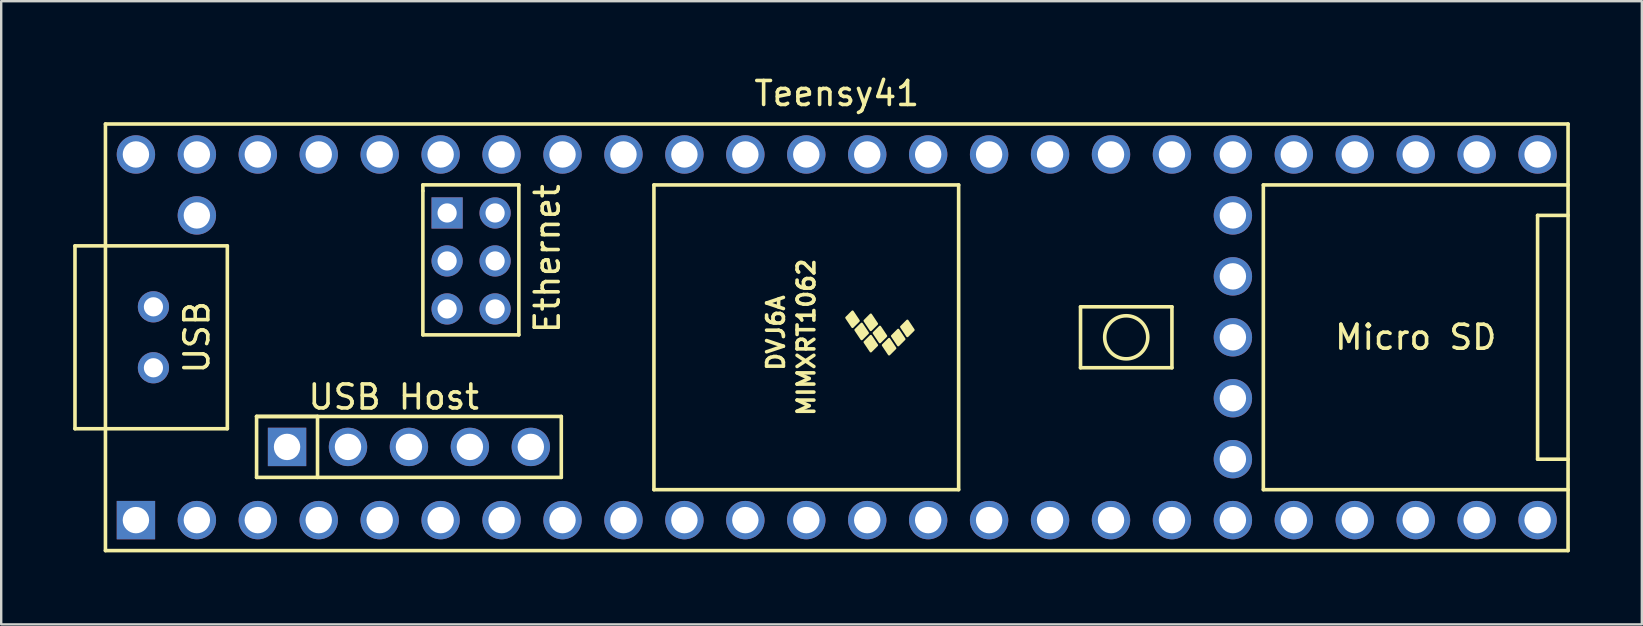
<source format=kicad_pcb>
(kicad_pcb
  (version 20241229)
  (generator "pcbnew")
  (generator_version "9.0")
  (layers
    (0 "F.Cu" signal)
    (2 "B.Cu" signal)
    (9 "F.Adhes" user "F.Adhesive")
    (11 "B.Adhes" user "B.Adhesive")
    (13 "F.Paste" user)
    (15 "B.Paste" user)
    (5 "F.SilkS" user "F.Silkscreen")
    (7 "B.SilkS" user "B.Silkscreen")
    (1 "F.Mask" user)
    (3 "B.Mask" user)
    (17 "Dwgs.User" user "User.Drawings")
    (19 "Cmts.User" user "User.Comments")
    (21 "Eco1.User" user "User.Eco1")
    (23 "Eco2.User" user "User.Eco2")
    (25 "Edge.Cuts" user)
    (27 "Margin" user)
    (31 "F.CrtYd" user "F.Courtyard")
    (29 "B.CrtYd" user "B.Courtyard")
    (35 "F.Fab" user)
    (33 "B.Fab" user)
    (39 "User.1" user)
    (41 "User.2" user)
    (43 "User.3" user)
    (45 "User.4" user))
  (footprint "Teensy41"
    (layer "F.Cu")
    (at 31.825 11.008)
    (property "Reference" "Teensy41" (at 0 -10.16 0) (layer "F.SilkS") (effects (font (size 1 1) (thickness 0.15))))
    (attr through_hole)
    (fp_line (start -31.75 -3.81) (end -30.48 -3.81) (stroke (width 0.15) (type solid)) (layer "F.SilkS"))
    (fp_line (start -31.75 3.81) (end -31.75 -3.81) (stroke (width 0.15) (type solid)) (layer "F.SilkS"))
    (fp_line (start -30.48 -8.89) (end 30.48 -8.89) (stroke (width 0.15) (type solid)) (layer "F.SilkS"))
    (fp_line (start -30.48 3.81) (end -31.75 3.81) (stroke (width 0.15) (type solid)) (layer "F.SilkS"))
    (fp_line (start -30.48 8.89) (end -30.48 -8.89) (stroke (width 0.15) (type solid)) (layer "F.SilkS"))
    (fp_line (start -25.4 -3.81) (end -30.48 -3.81) (stroke (width 0.15) (type solid)) (layer "F.SilkS"))
    (fp_line (start -25.4 3.81) (end -30.48 3.81) (stroke (width 0.15) (type solid)) (layer "F.SilkS"))
    (fp_line (start -25.4 3.81) (end -25.4 -3.81) (stroke (width 0.15) (type solid)) (layer "F.SilkS"))
    (fp_line (start -24.181 3.299) (end -21.641 3.299) (stroke (width 0.15) (type solid)) (layer "F.SilkS"))
    (fp_line (start -24.181 3.299) (end -11.481 3.299) (stroke (width 0.15) (type solid)) (layer "F.SilkS"))
    (fp_line (start -24.181 5.839) (end -24.181 3.299) (stroke (width 0.15) (type solid)) (layer "F.SilkS"))
    (fp_line (start -21.641 3.299) (end -21.641 5.839) (stroke (width 0.15) (type solid)) (layer "F.SilkS"))
    (fp_line (start -17.25 -6.352) (end -17.25 -6.102) (stroke (width 0.15) (type solid)) (layer "F.SilkS"))
    (fp_line (start -17.25 -6.102) (end -17.25 -0.102) (stroke (width 0.15) (type solid)) (layer "F.SilkS"))
    (fp_line (start -17.25 -0.102) (end -13.25 -0.102) (stroke (width 0.15) (type solid)) (layer "F.SilkS"))
    (fp_line (start -13.25 -6.352) (end -17.25 -6.352) (stroke (width 0.15) (type solid)) (layer "F.SilkS"))
    (fp_line (start -13.25 -0.102) (end -13.25 -6.352) (stroke (width 0.15) (type solid)) (layer "F.SilkS"))
    (fp_line (start -11.481 3.299) (end -11.481 5.839) (stroke (width 0.15) (type solid)) (layer "F.SilkS"))
    (fp_line (start -11.481 5.839) (end -24.181 5.839) (stroke (width 0.15) (type solid)) (layer "F.SilkS"))
    (fp_line (start -7.62 -6.35) (end -7.62 6.35) (stroke (width 0.15) (type solid)) (layer "F.SilkS"))
    (fp_line (start -7.62 6.35) (end 5.08 6.35) (stroke (width 0.15) (type solid)) (layer "F.SilkS"))
    (fp_line (start 5.08 -6.35) (end -7.62 -6.35) (stroke (width 0.15) (type solid)) (layer "F.SilkS"))
    (fp_line (start 5.08 6.35) (end 5.08 -6.35) (stroke (width 0.15) (type solid)) (layer "F.SilkS"))
    (fp_line (start 10.16 -1.27) (end 13.97 -1.27) (stroke (width 0.15) (type solid)) (layer "F.SilkS"))
    (fp_line (start 10.16 1.27) (end 10.16 -1.27) (stroke (width 0.15) (type solid)) (layer "F.SilkS"))
    (fp_line (start 13.97 -1.27) (end 13.97 1.27) (stroke (width 0.15) (type solid)) (layer "F.SilkS"))
    (fp_line (start 13.97 1.27) (end 10.16 1.27) (stroke (width 0.15) (type solid)) (layer "F.SilkS"))
    (fp_line (start 17.78 -6.35) (end 17.78 6.35) (stroke (width 0.15) (type solid)) (layer "F.SilkS"))
    (fp_line (start 17.78 6.35) (end 30.48 6.35) (stroke (width 0.15) (type solid)) (layer "F.SilkS"))
    (fp_line (start 29.21 -5.08) (end 29.21 5.08) (stroke (width 0.15) (type solid)) (layer "F.SilkS"))
    (fp_line (start 29.21 5.08) (end 30.48 5.08) (stroke (width 0.15) (type solid)) (layer "F.SilkS"))
    (fp_line (start 30.48 -8.89) (end 30.48 8.89) (stroke (width 0.15) (type solid)) (layer "F.SilkS"))
    (fp_line (start 30.48 -6.35) (end 17.78 -6.35) (stroke (width 0.15) (type solid)) (layer "F.SilkS"))
    (fp_line (start 30.48 -5.08) (end 29.21 -5.08) (stroke (width 0.15) (type solid)) (layer "F.SilkS"))
    (fp_line (start 30.48 8.89) (end -30.48 8.89) (stroke (width 0.15) (type solid)) (layer "F.SilkS"))
    (fp_circle (center 12.065 0) (end 12.7 -0.635) (stroke (width 0.15) (type solid)) (fill no) (layer "F.SilkS"))
    (fp_poly (pts (xy 0.911 -0.688) (xy 0.657 -0.434) (xy 0.403 -0.815) (xy 0.657 -1.069)) (stroke (width 0.1) (type solid)) (fill yes) (layer "F.SilkS"))
    (fp_poly (pts (xy 1.292 -0.18) (xy 1.038 0.074) (xy 0.784 -0.307) (xy 1.038 -0.561)) (stroke (width 0.1) (type solid)) (fill yes) (layer "F.SilkS"))
    (fp_poly (pts (xy 1.673 -0.561) (xy 1.419 -0.307) (xy 1.165 -0.688) (xy 1.419 -0.942)) (stroke (width 0.1) (type solid)) (fill yes) (layer "F.SilkS"))
    (fp_poly (pts (xy 1.673 0.328) (xy 1.419 0.582) (xy 1.165 0.201) (xy 1.419 -0.053)) (stroke (width 0.1) (type solid)) (fill yes) (layer "F.SilkS"))
    (fp_poly (pts (xy 2.054 -0.053) (xy 1.8 0.201) (xy 1.546 -0.18) (xy 1.8 -0.434)) (stroke (width 0.1) (type solid)) (fill yes) (layer "F.SilkS"))
    (fp_poly (pts (xy 2.435 0.455) (xy 2.181 0.709) (xy 1.927 0.328) (xy 2.181 0.074)) (stroke (width 0.1) (type solid)) (fill yes) (layer "F.SilkS"))
    (fp_poly (pts (xy 2.816 0.074) (xy 2.562 0.328) (xy 2.308 -0.053) (xy 2.562 -0.307)) (stroke (width 0.1) (type solid)) (fill yes) (layer "F.SilkS"))
    (fp_poly (pts (xy 3.197 -0.307) (xy 2.943 -0.053) (xy 2.689 -0.434) (xy 2.943 -0.688)) (stroke (width 0.1) (type solid)) (fill yes) (layer "F.SilkS"))
    (fp_text user "USB Host" (at -18.466 2.489 0) (layer "F.SilkS") (effects (font (size 1 1) (thickness 0.15))))
    (fp_text user "Micro SD" (at 24.13 0 0) (layer "F.SilkS") (effects (font (size 1 1) (thickness 0.15))))
    (fp_text user "Ethernet" (at -12.065 -3.277 90) (layer "F.SilkS") (effects (font (size 1 1) (thickness 0.15))))
    (fp_text user "USB" (at -26.67 0 270) (layer "F.SilkS") (effects (font (size 1 1) (thickness 0.15))))
    (fp_text user "MIMXRT1062" (at -1.27 0 270) (layer "F.SilkS") (effects (font (size 0.7 0.7) (thickness 0.15))))
    (fp_text user "DVJ6A" (at -2.54 -0.18 270) (layer "F.SilkS") (effects (font (size 0.7 0.7) (thickness 0.15))))
    (pad "1" thru_hole rect (at -29.21 7.62) (size 1.6 1.6) (drill 1.1) (layers "*.Cu" "*.Mask"))
    (pad "2" thru_hole circle (at -26.67 7.62) (size 1.6 1.6) (drill 1.1) (layers "*.Cu" "*.Mask"))
    (pad "3" thru_hole circle (at -24.13 7.62) (size 1.6 1.6) (drill 1.1) (layers "*.Cu" "*.Mask"))
    (pad "4" thru_hole circle (at -21.59 7.62) (size 1.6 1.6) (drill 1.1) (layers "*.Cu" "*.Mask"))
    (pad "5" thru_hole circle (at -19.05 7.62) (size 1.6 1.6) (drill 1.1) (layers "*.Cu" "*.Mask"))
    (pad "6" thru_hole circle (at -16.51 7.62) (size 1.6 1.6) (drill 1.1) (layers "*.Cu" "*.Mask"))
    (pad "7" thru_hole circle (at -13.97 7.62) (size 1.6 1.6) (drill 1.1) (layers "*.Cu" "*.Mask"))
    (pad "8" thru_hole circle (at -11.43 7.62) (size 1.6 1.6) (drill 1.1) (layers "*.Cu" "*.Mask"))
    (pad "9" thru_hole circle (at -8.89 7.62) (size 1.6 1.6) (drill 1.1) (layers "*.Cu" "*.Mask"))
    (pad "10" thru_hole circle (at -6.35 7.62) (size 1.6 1.6) (drill 1.1) (layers "*.Cu" "*.Mask"))
    (pad "11" thru_hole circle (at -3.81 7.62) (size 1.6 1.6) (drill 1.1) (layers "*.Cu" "*.Mask"))
    (pad "12" thru_hole circle (at -1.27 7.62) (size 1.6 1.6) (drill 1.1) (layers "*.Cu" "*.Mask"))
    (pad "13" thru_hole circle (at 1.27 7.62) (size 1.6 1.6) (drill 1.1) (layers "*.Cu" "*.Mask"))
    (pad "14" thru_hole circle (at 3.81 7.62) (size 1.6 1.6) (drill 1.1) (layers "*.Cu" "*.Mask"))
    (pad "15" thru_hole circle (at 6.35 7.62) (size 1.6 1.6) (drill 1.1) (layers "*.Cu" "*.Mask"))
    (pad "16" thru_hole circle (at 8.89 7.62) (size 1.6 1.6) (drill 1.1) (layers "*.Cu" "*.Mask"))
    (pad "17" thru_hole circle (at 11.43 7.62) (size 1.6 1.6) (drill 1.1) (layers "*.Cu" "*.Mask"))
    (pad "18" thru_hole circle (at 13.97 7.62) (size 1.6 1.6) (drill 1.1) (layers "*.Cu" "*.Mask"))
    (pad "19" thru_hole circle (at 16.51 7.62) (size 1.6 1.6) (drill 1.1) (layers "*.Cu" "*.Mask"))
    (pad "20" thru_hole circle (at 19.05 7.62) (size 1.6 1.6) (drill 1.1) (layers "*.Cu" "*.Mask"))
    (pad "21" thru_hole circle (at 21.59 7.62) (size 1.6 1.6) (drill 1.1) (layers "*.Cu" "*.Mask"))
    (pad "22" thru_hole circle (at 24.13 7.62) (size 1.6 1.6) (drill 1.1) (layers "*.Cu" "*.Mask"))
    (pad "23" thru_hole circle (at 26.67 7.62) (size 1.6 1.6) (drill 1.1) (layers "*.Cu" "*.Mask"))
    (pad "24" thru_hole circle (at 29.21 7.62) (size 1.6 1.6) (drill 1.1) (layers "*.Cu" "*.Mask"))
    (pad "25" thru_hole circle (at 29.21 -7.62) (size 1.6 1.6) (drill 1.1) (layers "*.Cu" "*.Mask"))
    (pad "26" thru_hole circle (at 26.67 -7.62) (size 1.6 1.6) (drill 1.1) (layers "*.Cu" "*.Mask"))
    (pad "27" thru_hole circle (at 24.13 -7.62) (size 1.6 1.6) (drill 1.1) (layers "*.Cu" "*.Mask"))
    (pad "28" thru_hole circle (at 21.59 -7.62) (size 1.6 1.6) (drill 1.1) (layers "*.Cu" "*.Mask"))
    (pad "29" thru_hole circle (at 19.05 -7.62) (size 1.6 1.6) (drill 1.1) (layers "*.Cu" "*.Mask"))
    (pad "30" thru_hole circle (at 16.51 -7.62) (size 1.6 1.6) (drill 1.1) (layers "*.Cu" "*.Mask"))
    (pad "31" thru_hole circle (at 13.97 -7.62) (size 1.6 1.6) (drill 1.1) (layers "*.Cu" "*.Mask"))
    (pad "32" thru_hole circle (at 11.43 -7.62) (size 1.6 1.6) (drill 1.1) (layers "*.Cu" "*.Mask"))
    (pad "33" thru_hole circle (at 8.89 -7.62) (size 1.6 1.6) (drill 1.1) (layers "*.Cu" "*.Mask"))
    (pad "34" thru_hole circle (at 6.35 -7.62) (size 1.6 1.6) (drill 1.1) (layers "*.Cu" "*.Mask"))
    (pad "35" thru_hole circle (at 3.81 -7.62) (size 1.6 1.6) (drill 1.1) (layers "*.Cu" "*.Mask"))
    (pad "36" thru_hole circle (at 1.27 -7.62) (size 1.6 1.6) (drill 1.1) (layers "*.Cu" "*.Mask"))
    (pad "37" thru_hole circle (at -1.27 -7.62) (size 1.6 1.6) (drill 1.1) (layers "*.Cu" "*.Mask"))
    (pad "38" thru_hole circle (at -3.81 -7.62) (size 1.6 1.6) (drill 1.1) (layers "*.Cu" "*.Mask"))
    (pad "39" thru_hole circle (at -6.35 -7.62) (size 1.6 1.6) (drill 1.1) (layers "*.Cu" "*.Mask"))
    (pad "40" thru_hole circle (at -8.89 -7.62) (size 1.6 1.6) (drill 1.1) (layers "*.Cu" "*.Mask"))
    (pad "41" thru_hole circle (at -11.43 -7.62) (size 1.6 1.6) (drill 1.1) (layers "*.Cu" "*.Mask"))
    (pad "42" thru_hole circle (at -13.97 -7.62) (size 1.6 1.6) (drill 1.1) (layers "*.Cu" "*.Mask"))
    (pad "43" thru_hole circle (at -16.51 -7.62) (size 1.6 1.6) (drill 1.1) (layers "*.Cu" "*.Mask"))
    (pad "44" thru_hole circle (at -19.05 -7.62) (size 1.6 1.6) (drill 1.1) (layers "*.Cu" "*.Mask"))
    (pad "45" thru_hole circle (at -21.59 -7.62) (size 1.6 1.6) (drill 1.1) (layers "*.Cu" "*.Mask"))
    (pad "46" thru_hole circle (at -24.13 -7.62) (size 1.6 1.6) (drill 1.1) (layers "*.Cu" "*.Mask"))
    (pad "47" thru_hole circle (at -26.67 -7.62) (size 1.6 1.6) (drill 1.1) (layers "*.Cu" "*.Mask"))
    (pad "48" thru_hole circle (at -29.21 -7.62) (size 1.6 1.6) (drill 1.1) (layers "*.Cu" "*.Mask"))
    (pad "49" thru_hole circle (at -26.67 -5.08) (size 1.6 1.6) (drill 1.1) (layers "*.Cu" "*.Mask"))
    (pad "50" thru_hole circle (at 16.51 5.08) (size 1.6 1.6) (drill 1.1) (layers "*.Cu" "*.Mask"))
    (pad "51" thru_hole circle (at 16.51 2.54) (size 1.6 1.6) (drill 1.1) (layers "*.Cu" "*.Mask"))
    (pad "52" thru_hole circle (at 16.51 0) (size 1.6 1.6) (drill 1.1) (layers "*.Cu" "*.Mask"))
    (pad "53" thru_hole circle (at 16.51 -2.54) (size 1.6 1.6) (drill 1.1) (layers "*.Cu" "*.Mask"))
    (pad "54" thru_hole circle (at 16.51 -5.08) (size 1.6 1.6) (drill 1.1) (layers "*.Cu" "*.Mask"))
    (pad "55" thru_hole rect (at -22.911 4.569) (size 1.6 1.6) (drill 1.1) (layers "*.Cu" "*.Mask"))
    (pad "56" thru_hole circle (at -20.371 4.569) (size 1.6 1.6) (drill 1.1) (layers "*.Cu" "*.Mask"))
    (pad "57" thru_hole circle (at -17.831 4.569) (size 1.6 1.6) (drill 1.1) (layers "*.Cu" "*.Mask"))
    (pad "58" thru_hole circle (at -15.291 4.569) (size 1.6 1.6) (drill 1.1) (layers "*.Cu" "*.Mask"))
    (pad "59" thru_hole circle (at -12.751 4.569) (size 1.6 1.6) (drill 1.1) (layers "*.Cu" "*.Mask"))
    (pad "60" thru_hole rect (at -16.24 -5.182) (size 1.3 1.3) (drill 0.8) (layers "*.Cu" "*.Mask"))
    (pad "61" thru_hole circle (at -16.24 -3.182) (size 1.3 1.3) (drill 0.8) (layers "*.Cu" "*.Mask"))
    (pad "62" thru_hole circle (at -16.24 -1.182) (size 1.3 1.3) (drill 0.8) (layers "*.Cu" "*.Mask"))
    (pad "63" thru_hole circle (at -14.24 -1.182) (size 1.3 1.3) (drill 0.8) (layers "*.Cu" "*.Mask"))
    (pad "64" thru_hole circle (at -14.24 -3.182) (size 1.3 1.3) (drill 0.8) (layers "*.Cu" "*.Mask"))
    (pad "65" thru_hole circle (at -14.24 -5.182) (size 1.3 1.3) (drill 0.8) (layers "*.Cu" "*.Mask"))
    (pad "66" thru_hole circle (at -28.48 -1.27) (size 1.3 1.3) (drill 0.8) (layers "*.Cu" "*.Mask"))
    (pad "67" thru_hole circle (at -28.48 1.27) (size 1.3 1.3) (drill 0.8) (layers "*.Cu" "*.Mask")))
  (gr_rect
    (start -3 -3)
    (end 65.38 22.973)
    (stroke (width 0.1) (type default))
    (fill no)
    (layer "Edge.Cuts")))
</source>
